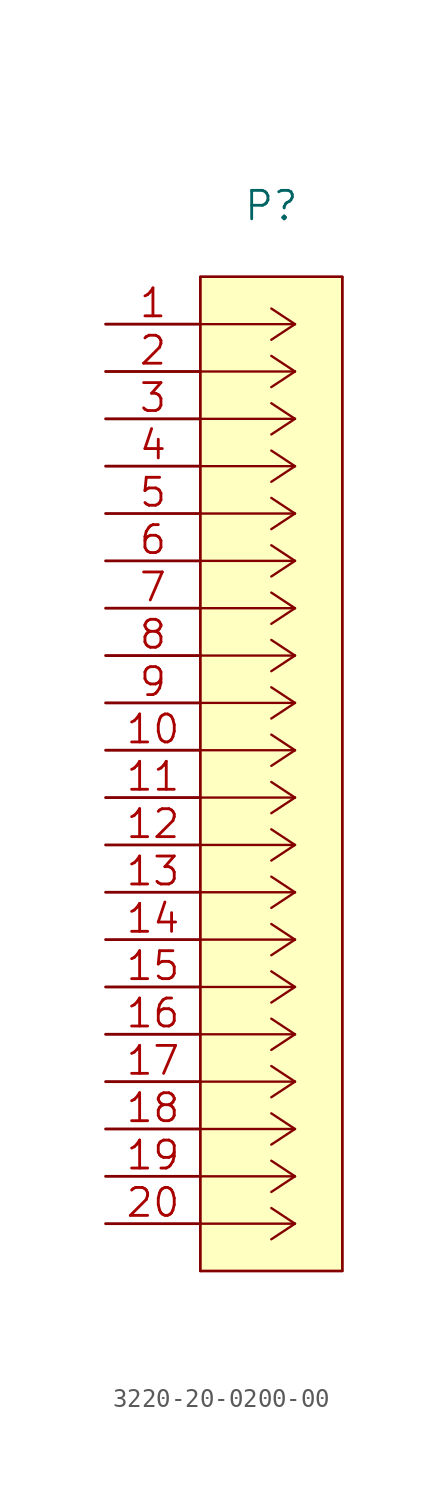
<source format=kicad_sym>
(kicad_symbol_lib
  (version 20220914)
  (generator kicad_symbol_editor)
  (symbol "3220-20-0200-00"
    (pin_names
      (offset 0.254) hide)
    (property "Reference" "P"
      (at 8.89 6.35 0)
      (effects (font (size 1.524 1.524))))
    (symbol "3220-20-0200-00_1_1"
      (polyline (pts (xy 5.08 -50.8) (xy 12.7 -50.8)) (stroke (width 0.127) (type default)) (fill (type none)))
      (polyline (pts (xy 5.08 2.54) (xy 5.08 -50.8)) (stroke (width 0.127) (type default)) (fill (type none)))
      (polyline (pts (xy 10.16 -48.26) (xy 5.08 -48.26)) (stroke (width 0.127) (type default)) (fill (type none)))
      (polyline (pts (xy 10.16 -48.26) (xy 8.89 -49.098)) (stroke (width 0.127) (type default)) (fill (type none)))
      (polyline (pts (xy 10.16 -48.26) (xy 8.89 -47.422)) (stroke (width 0.127) (type default)) (fill (type none)))
      (polyline (pts (xy 10.16 -45.72) (xy 5.08 -45.72)) (stroke (width 0.127) (type default)) (fill (type none)))
      (polyline (pts (xy 10.16 -45.72) (xy 8.89 -46.558)) (stroke (width 0.127) (type default)) (fill (type none)))
      (polyline (pts (xy 10.16 -45.72) (xy 8.89 -44.882)) (stroke (width 0.127) (type default)) (fill (type none)))
      (polyline (pts (xy 10.16 -43.18) (xy 5.08 -43.18)) (stroke (width 0.127) (type default)) (fill (type none)))
      (polyline (pts (xy 10.16 -43.18) (xy 8.89 -44.018)) (stroke (width 0.127) (type default)) (fill (type none)))
      (polyline (pts (xy 10.16 -43.18) (xy 8.89 -42.342)) (stroke (width 0.127) (type default)) (fill (type none)))
      (polyline (pts (xy 10.16 -40.64) (xy 5.08 -40.64)) (stroke (width 0.127) (type default)) (fill (type none)))
      (polyline (pts (xy 10.16 -40.64) (xy 8.89 -41.478)) (stroke (width 0.127) (type default)) (fill (type none)))
      (polyline (pts (xy 10.16 -40.64) (xy 8.89 -39.802)) (stroke (width 0.127) (type default)) (fill (type none)))
      (polyline (pts (xy 10.16 -38.1) (xy 5.08 -38.1)) (stroke (width 0.127) (type default)) (fill (type none)))
      (polyline (pts (xy 10.16 -38.1) (xy 8.89 -38.938)) (stroke (width 0.127) (type default)) (fill (type none)))
      (polyline (pts (xy 10.16 -38.1) (xy 8.89 -37.262)) (stroke (width 0.127) (type default)) (fill (type none)))
      (polyline (pts (xy 10.16 -35.56) (xy 5.08 -35.56)) (stroke (width 0.127) (type default)) (fill (type none)))
      (polyline (pts (xy 10.16 -35.56) (xy 8.89 -36.398)) (stroke (width 0.127) (type default)) (fill (type none)))
      (polyline (pts (xy 10.16 -35.56) (xy 8.89 -34.722)) (stroke (width 0.127) (type default)) (fill (type none)))
      (polyline (pts (xy 10.16 -33.02) (xy 5.08 -33.02)) (stroke (width 0.127) (type default)) (fill (type none)))
      (polyline (pts (xy 10.16 -33.02) (xy 8.89 -33.858)) (stroke (width 0.127) (type default)) (fill (type none)))
      (polyline (pts (xy 10.16 -33.02) (xy 8.89 -32.182)) (stroke (width 0.127) (type default)) (fill (type none)))
      (polyline (pts (xy 10.16 -30.48) (xy 5.08 -30.48)) (stroke (width 0.127) (type default)) (fill (type none)))
      (polyline (pts (xy 10.16 -30.48) (xy 8.89 -31.318)) (stroke (width 0.127) (type default)) (fill (type none)))
      (polyline (pts (xy 10.16 -30.48) (xy 8.89 -29.642)) (stroke (width 0.127) (type default)) (fill (type none)))
      (polyline (pts (xy 10.16 -27.94) (xy 5.08 -27.94)) (stroke (width 0.127) (type default)) (fill (type none)))
      (polyline (pts (xy 10.16 -27.94) (xy 8.89 -28.778)) (stroke (width 0.127) (type default)) (fill (type none)))
      (polyline (pts (xy 10.16 -27.94) (xy 8.89 -27.102)) (stroke (width 0.127) (type default)) (fill (type none)))
      (polyline (pts (xy 10.16 -25.4) (xy 5.08 -25.4)) (stroke (width 0.127) (type default)) (fill (type none)))
      (polyline (pts (xy 10.16 -25.4) (xy 8.89 -26.238)) (stroke (width 0.127) (type default)) (fill (type none)))
      (polyline (pts (xy 10.16 -25.4) (xy 8.89 -24.562)) (stroke (width 0.127) (type default)) (fill (type none)))
      (polyline (pts (xy 10.16 -22.86) (xy 5.08 -22.86)) (stroke (width 0.127) (type default)) (fill (type none)))
      (polyline (pts (xy 10.16 -22.86) (xy 8.89 -23.698)) (stroke (width 0.127) (type default)) (fill (type none)))
      (polyline (pts (xy 10.16 -22.86) (xy 8.89 -22.022)) (stroke (width 0.127) (type default)) (fill (type none)))
      (polyline (pts (xy 10.16 -20.32) (xy 5.08 -20.32)) (stroke (width 0.127) (type default)) (fill (type none)))
      (polyline (pts (xy 10.16 -20.32) (xy 8.89 -21.158)) (stroke (width 0.127) (type default)) (fill (type none)))
      (polyline (pts (xy 10.16 -20.32) (xy 8.89 -19.482)) (stroke (width 0.127) (type default)) (fill (type none)))
      (polyline (pts (xy 10.16 -17.78) (xy 5.08 -17.78)) (stroke (width 0.127) (type default)) (fill (type none)))
      (polyline (pts (xy 10.16 -17.78) (xy 8.89 -18.618)) (stroke (width 0.127) (type default)) (fill (type none)))
      (polyline (pts (xy 10.16 -17.78) (xy 8.89 -16.942)) (stroke (width 0.127) (type default)) (fill (type none)))
      (polyline (pts (xy 10.16 -15.24) (xy 5.08 -15.24)) (stroke (width 0.127) (type default)) (fill (type none)))
      (polyline (pts (xy 10.16 -15.24) (xy 8.89 -16.078)) (stroke (width 0.127) (type default)) (fill (type none)))
      (polyline (pts (xy 10.16 -15.24) (xy 8.89 -14.402)) (stroke (width 0.127) (type default)) (fill (type none)))
      (polyline (pts (xy 10.16 -12.7) (xy 5.08 -12.7)) (stroke (width 0.127) (type default)) (fill (type none)))
      (polyline (pts (xy 10.16 -12.7) (xy 8.89 -13.538)) (stroke (width 0.127) (type default)) (fill (type none)))
      (polyline (pts (xy 10.16 -12.7) (xy 8.89 -11.862)) (stroke (width 0.127) (type default)) (fill (type none)))
      (polyline (pts (xy 10.16 -10.16) (xy 5.08 -10.16)) (stroke (width 0.127) (type default)) (fill (type none)))
      (polyline (pts (xy 10.16 -10.16) (xy 8.89 -10.998)) (stroke (width 0.127) (type default)) (fill (type none)))
      (polyline (pts (xy 10.16 -10.16) (xy 8.89 -9.322)) (stroke (width 0.127) (type default)) (fill (type none)))
      (polyline (pts (xy 10.16 -7.62) (xy 5.08 -7.62)) (stroke (width 0.127) (type default)) (fill (type none)))
      (polyline (pts (xy 10.16 -7.62) (xy 8.89 -8.458)) (stroke (width 0.127) (type default)) (fill (type none)))
      (polyline (pts (xy 10.16 -7.62) (xy 8.89 -6.782)) (stroke (width 0.127) (type default)) (fill (type none)))
      (polyline (pts (xy 10.16 -5.08) (xy 5.08 -5.08)) (stroke (width 0.127) (type default)) (fill (type none)))
      (polyline (pts (xy 10.16 -5.08) (xy 8.89 -5.918)) (stroke (width 0.127) (type default)) (fill (type none)))
      (polyline (pts (xy 10.16 -5.08) (xy 8.89 -4.242)) (stroke (width 0.127) (type default)) (fill (type none)))
      (polyline (pts (xy 10.16 -2.54) (xy 5.08 -2.54)) (stroke (width 0.127) (type default)) (fill (type none)))
      (polyline (pts (xy 10.16 -2.54) (xy 8.89 -3.378)) (stroke (width 0.127) (type default)) (fill (type none)))
      (polyline (pts (xy 10.16 -2.54) (xy 8.89 -1.702)) (stroke (width 0.127) (type default)) (fill (type none)))
      (polyline (pts (xy 10.16 0) (xy 5.08 0)) (stroke (width 0.127) (type default)) (fill (type none)))
      (polyline (pts (xy 10.16 0) (xy 8.89 -0.838)) (stroke (width 0.127) (type default)) (fill (type none)))
      (polyline (pts (xy 10.16 0) (xy 8.89 0.838)) (stroke (width 0.127) (type default)) (fill (type none)))
      (polyline (pts (xy 12.7 -50.8) (xy 12.7 2.54)) (stroke (width 0.127) (type default)) (fill (type none)))
      (polyline (pts (xy 12.7 2.54) (xy 5.08 2.54)) (stroke (width 0.127) (type default)) (fill (type background)))
      (rectangle (start 5.08 2.54) (end 12.7 -50.8) (stroke (width 0.127) (type default)) (fill (type background)))
      (pin passive line (at 0 0 0) (length 5.08) (name "1" (effects (font (size 1.499 1.499)))) (number "1" (effects (font (size 1.499 1.499)))))
      (pin passive line (at 0 -22.86 0) (length 5.08) (name "10" (effects (font (size 1.499 1.499)))) (number "10" (effects (font (size 1.499 1.499)))))
      (pin passive line (at 0 -25.4 0) (length 5.08) (name "11" (effects (font (size 1.499 1.499)))) (number "11" (effects (font (size 1.499 1.499)))))
      (pin passive line (at 0 -27.94 0) (length 5.08) (name "12" (effects (font (size 1.499 1.499)))) (number "12" (effects (font (size 1.499 1.499)))))
      (pin passive line (at 0 -30.48 0) (length 5.08) (name "13" (effects (font (size 1.499 1.499)))) (number "13" (effects (font (size 1.499 1.499)))))
      (pin passive line (at 0 -33.02 0) (length 5.08) (name "14" (effects (font (size 1.499 1.499)))) (number "14" (effects (font (size 1.499 1.499)))))
      (pin passive line (at 0 -35.56 0) (length 5.08) (name "15" (effects (font (size 1.499 1.499)))) (number "15" (effects (font (size 1.499 1.499)))))
      (pin passive line (at 0 -38.1 0) (length 5.08) (name "16" (effects (font (size 1.499 1.499)))) (number "16" (effects (font (size 1.499 1.499)))))
      (pin passive line (at 0 -40.64 0) (length 5.08) (name "17" (effects (font (size 1.499 1.499)))) (number "17" (effects (font (size 1.499 1.499)))))
      (pin passive line (at 0 -43.18 0) (length 5.08) (name "18" (effects (font (size 1.499 1.499)))) (number "18" (effects (font (size 1.499 1.499)))))
      (pin passive line (at 0 -45.72 0) (length 5.08) (name "19" (effects (font (size 1.499 1.499)))) (number "19" (effects (font (size 1.499 1.499)))))
      (pin passive line (at 0 -2.54 0) (length 5.08) (name "2" (effects (font (size 1.499 1.499)))) (number "2" (effects (font (size 1.499 1.499)))))
      (pin passive line (at 0 -48.26 0) (length 5.08) (name "20" (effects (font (size 1.499 1.499)))) (number "20" (effects (font (size 1.499 1.499)))))
      (pin passive line (at 0 -5.08 0) (length 5.08) (name "3" (effects (font (size 1.499 1.499)))) (number "3" (effects (font (size 1.499 1.499)))))
      (pin passive line (at 0 -7.62 0) (length 5.08) (name "4" (effects (font (size 1.499 1.499)))) (number "4" (effects (font (size 1.499 1.499)))))
      (pin passive line (at 0 -10.16 0) (length 5.08) (name "5" (effects (font (size 1.499 1.499)))) (number "5" (effects (font (size 1.499 1.499)))))
      (pin passive line (at 0 -12.7 0) (length 5.08) (name "6" (effects (font (size 1.499 1.499)))) (number "6" (effects (font (size 1.499 1.499)))))
      (pin passive line (at 0 -15.24 0) (length 5.08) (name "7" (effects (font (size 1.499 1.499)))) (number "7" (effects (font (size 1.499 1.499)))))
      (pin passive line (at 0 -17.78 0) (length 5.08) (name "8" (effects (font (size 1.499 1.499)))) (number "8" (effects (font (size 1.499 1.499)))))
      (pin passive line (at 0 -20.32 0) (length 5.08) (name "9" (effects (font (size 1.499 1.499)))) (number "9" (effects (font (size 1.499 1.499))))))))
</source>
